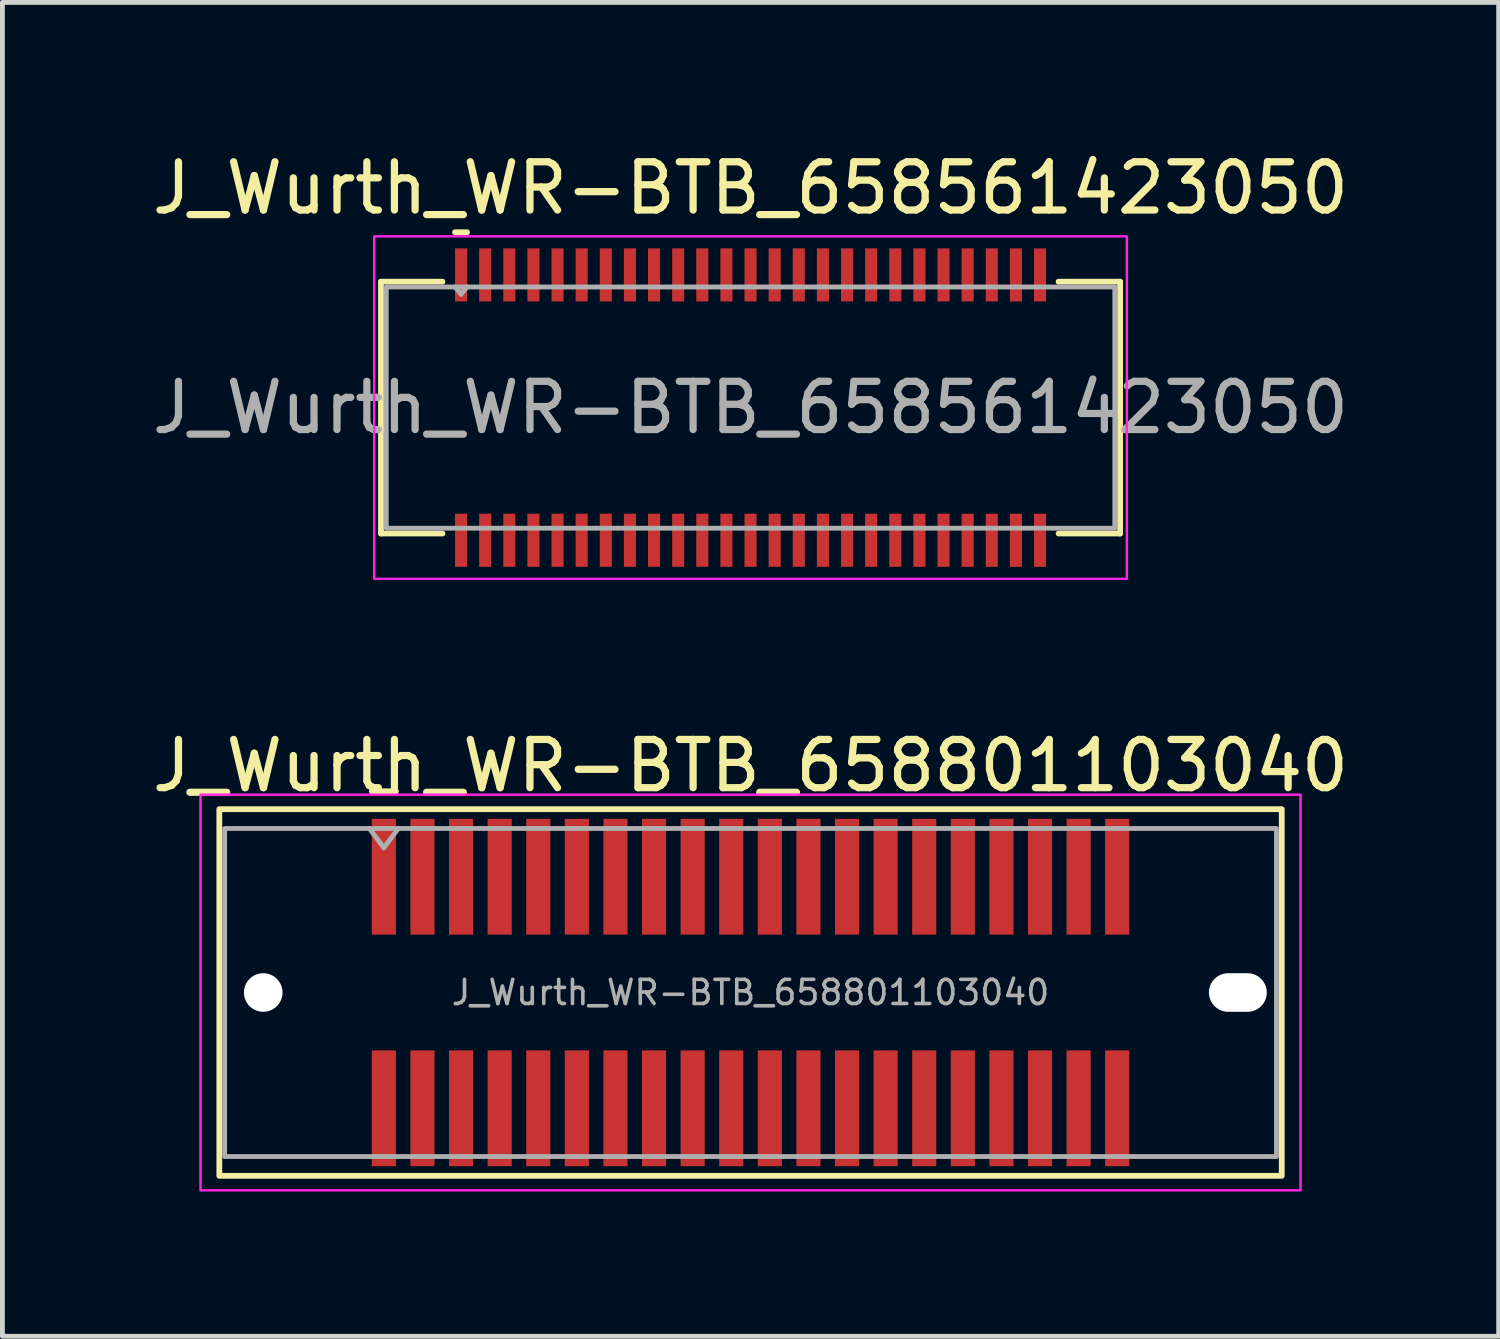
<source format=kicad_pcb>
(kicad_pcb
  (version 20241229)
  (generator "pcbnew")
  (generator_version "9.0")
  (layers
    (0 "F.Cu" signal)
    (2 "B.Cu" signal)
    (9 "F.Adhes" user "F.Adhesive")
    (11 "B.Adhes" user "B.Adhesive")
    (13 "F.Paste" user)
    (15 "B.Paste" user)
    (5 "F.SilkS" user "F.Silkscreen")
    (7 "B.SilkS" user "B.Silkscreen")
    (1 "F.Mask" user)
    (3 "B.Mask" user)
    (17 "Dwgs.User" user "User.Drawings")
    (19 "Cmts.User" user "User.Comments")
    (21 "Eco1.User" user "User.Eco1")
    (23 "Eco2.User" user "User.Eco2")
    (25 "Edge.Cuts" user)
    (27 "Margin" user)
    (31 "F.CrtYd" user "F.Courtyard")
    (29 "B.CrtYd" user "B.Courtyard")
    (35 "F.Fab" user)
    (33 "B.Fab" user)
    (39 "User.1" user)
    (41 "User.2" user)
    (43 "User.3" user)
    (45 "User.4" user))
  (footprint "J_Wurth_WR-BTB_658561423050"
    (layer "F.Cu")
    (at 12.506 5.398)
    (property "Reference" "J_Wurth_WR-BTB_658561423050" (at 0 -4.55 0) (unlocked yes) (layer "F.SilkS") (effects (font (size 1 1) (thickness 0.15))))
    (attr smd)
    (fp_line (start -7.66 -2.61) (end -6.385 -2.61) (stroke (width 0.12) (type default)) (layer "F.SilkS"))
    (fp_line (start -7.66 2.61) (end -7.66 -2.61) (stroke (width 0.12) (type default)) (layer "F.SilkS"))
    (fp_line (start -6.385 2.61) (end -7.66 2.61) (stroke (width 0.12) (type default)) (layer "F.SilkS"))
    (fp_line (start -6.125 -3.635) (end -5.875 -3.635) (stroke (width 0.12) (type solid)) (layer "F.SilkS"))
    (fp_line (start 7.66 -2.61) (end 6.385 -2.61) (stroke (width 0.12) (type default)) (layer "F.SilkS"))
    (fp_line (start 7.66 -2.61) (end 7.66 2.61) (stroke (width 0.12) (type default)) (layer "F.SilkS"))
    (fp_line (start 7.66 2.61) (end 6.385 2.61) (stroke (width 0.12) (type default)) (layer "F.SilkS"))
    (fp_rect (start -7.8 -3.55) (end 7.8 3.55) (stroke (width 0.05) (type solid)) (fill no) (layer "F.CrtYd"))
    (fp_line (start -6.125 -2.5) (end -6 -2.35) (stroke (width 0.1) (type solid)) (layer "F.Fab"))
    (fp_line (start -5.875 -2.5) (end -6 -2.35) (stroke (width 0.1) (type solid)) (layer "F.Fab"))
    (fp_rect (start -7.55 -2.5) (end 7.55 2.5) (stroke (width 0.1) (type solid)) (fill no) (layer "F.Fab"))
    (fp_text user "${REFERENCE}" (at 0 0 0) (unlocked yes) (layer "F.Fab") (effects (font (size 1 1) (thickness 0.15))))
    (pad "1" smd rect (at -6 -2.75) (size 0.25 1.1) (layers "F.Cu" "F.Mask" "F.Paste"))
    (pad "2" smd rect (at -5.5 -2.75) (size 0.25 1.1) (layers "F.Cu" "F.Mask" "F.Paste"))
    (pad "3" smd rect (at -5 -2.75) (size 0.25 1.1) (layers "F.Cu" "F.Mask" "F.Paste"))
    (pad "4" smd rect (at -4.5 -2.75) (size 0.25 1.1) (layers "F.Cu" "F.Mask" "F.Paste"))
    (pad "5" smd rect (at -4 -2.75) (size 0.25 1.1) (layers "F.Cu" "F.Mask" "F.Paste"))
    (pad "6" smd rect (at -3.5 -2.75) (size 0.25 1.1) (layers "F.Cu" "F.Mask" "F.Paste"))
    (pad "7" smd rect (at -3 -2.75) (size 0.25 1.1) (layers "F.Cu" "F.Mask" "F.Paste"))
    (pad "8" smd rect (at -2.5 -2.75) (size 0.25 1.1) (layers "F.Cu" "F.Mask" "F.Paste"))
    (pad "9" smd rect (at -2 -2.75) (size 0.25 1.1) (layers "F.Cu" "F.Mask" "F.Paste"))
    (pad "10" smd rect (at -1.5 -2.75) (size 0.25 1.1) (layers "F.Cu" "F.Mask" "F.Paste"))
    (pad "11" smd rect (at -1 -2.75) (size 0.25 1.1) (layers "F.Cu" "F.Mask" "F.Paste"))
    (pad "12" smd rect (at -0.5 -2.75) (size 0.25 1.1) (layers "F.Cu" "F.Mask" "F.Paste"))
    (pad "13" smd rect (at 0 -2.75) (size 0.25 1.1) (layers "F.Cu" "F.Mask" "F.Paste"))
    (pad "14" smd rect (at 0.5 -2.75) (size 0.25 1.1) (layers "F.Cu" "F.Mask" "F.Paste"))
    (pad "15" smd rect (at 1 -2.75) (size 0.25 1.1) (layers "F.Cu" "F.Mask" "F.Paste"))
    (pad "16" smd rect (at 1.5 -2.75) (size 0.25 1.1) (layers "F.Cu" "F.Mask" "F.Paste"))
    (pad "17" smd rect (at 2 -2.75) (size 0.25 1.1) (layers "F.Cu" "F.Mask" "F.Paste"))
    (pad "18" smd rect (at 2.5 -2.75) (size 0.25 1.1) (layers "F.Cu" "F.Mask" "F.Paste"))
    (pad "19" smd rect (at 3 -2.75) (size 0.25 1.1) (layers "F.Cu" "F.Mask" "F.Paste"))
    (pad "20" smd rect (at 3.5 -2.75) (size 0.25 1.1) (layers "F.Cu" "F.Mask" "F.Paste"))
    (pad "21" smd rect (at 4 -2.75) (size 0.25 1.1) (layers "F.Cu" "F.Mask" "F.Paste"))
    (pad "22" smd rect (at 4.5 -2.75) (size 0.25 1.1) (layers "F.Cu" "F.Mask" "F.Paste"))
    (pad "23" smd rect (at 5 -2.75) (size 0.25 1.1) (layers "F.Cu" "F.Mask" "F.Paste"))
    (pad "24" smd rect (at 5.5 -2.75) (size 0.25 1.1) (layers "F.Cu" "F.Mask" "F.Paste"))
    (pad "25" smd rect (at 6 -2.75) (size 0.25 1.1) (layers "F.Cu" "F.Mask" "F.Paste"))
    (pad "26" smd rect (at -6 2.75) (size 0.25 1.1) (layers "F.Cu" "F.Mask" "F.Paste"))
    (pad "27" smd rect (at -5.5 2.75) (size 0.25 1.1) (layers "F.Cu" "F.Mask" "F.Paste"))
    (pad "28" smd rect (at -5 2.75) (size 0.25 1.1) (layers "F.Cu" "F.Mask" "F.Paste"))
    (pad "29" smd rect (at -4.5 2.75) (size 0.25 1.1) (layers "F.Cu" "F.Mask" "F.Paste"))
    (pad "30" smd rect (at -4 2.75) (size 0.25 1.1) (layers "F.Cu" "F.Mask" "F.Paste"))
    (pad "31" smd rect (at -3.5 2.75) (size 0.25 1.1) (layers "F.Cu" "F.Mask" "F.Paste"))
    (pad "32" smd rect (at -3 2.75) (size 0.25 1.1) (layers "F.Cu" "F.Mask" "F.Paste"))
    (pad "33" smd rect (at -2.5 2.75) (size 0.25 1.1) (layers "F.Cu" "F.Mask" "F.Paste"))
    (pad "34" smd rect (at -2 2.75) (size 0.25 1.1) (layers "F.Cu" "F.Mask" "F.Paste"))
    (pad "35" smd rect (at -1.5 2.75) (size 0.25 1.1) (layers "F.Cu" "F.Mask" "F.Paste"))
    (pad "36" smd rect (at -1 2.75) (size 0.25 1.1) (layers "F.Cu" "F.Mask" "F.Paste"))
    (pad "37" smd rect (at -0.5 2.75) (size 0.25 1.1) (layers "F.Cu" "F.Mask" "F.Paste"))
    (pad "38" smd rect (at 0 2.75) (size 0.25 1.1) (layers "F.Cu" "F.Mask" "F.Paste"))
    (pad "39" smd rect (at 0.5 2.75) (size 0.25 1.1) (layers "F.Cu" "F.Mask" "F.Paste"))
    (pad "40" smd rect (at 1 2.75) (size 0.25 1.1) (layers "F.Cu" "F.Mask" "F.Paste"))
    (pad "41" smd rect (at 1.5 2.75) (size 0.25 1.1) (layers "F.Cu" "F.Mask" "F.Paste"))
    (pad "42" smd rect (at 2 2.75) (size 0.25 1.1) (layers "F.Cu" "F.Mask" "F.Paste"))
    (pad "43" smd rect (at 2.5 2.75) (size 0.25 1.1) (layers "F.Cu" "F.Mask" "F.Paste"))
    (pad "44" smd rect (at 3 2.75) (size 0.25 1.1) (layers "F.Cu" "F.Mask" "F.Paste"))
    (pad "45" smd rect (at 3.5 2.75) (size 0.25 1.1) (layers "F.Cu" "F.Mask" "F.Paste"))
    (pad "46" smd rect (at 4 2.75) (size 0.25 1.1) (layers "F.Cu" "F.Mask" "F.Paste"))
    (pad "47" smd rect (at 4.5 2.75) (size 0.25 1.1) (layers "F.Cu" "F.Mask" "F.Paste"))
    (pad "48" smd rect (at 5 2.75) (size 0.25 1.1) (layers "F.Cu" "F.Mask" "F.Paste"))
    (pad "49" smd rect (at 5.5 2.75) (size 0.25 1.1) (layers "F.Cu" "F.Mask" "F.Paste"))
    (pad "50" smd rect (at 6 2.75) (size 0.25 1.1) (layers "F.Cu" "F.Mask" "F.Paste")))
  (footprint "J_Wurth_WR-BTB_658801103040"
    (layer "F.Cu")
    (at 12.506 17.521)
    (property "Reference" "J_Wurth_WR-BTB_658801103040" (at 0 -4.7 0) (layer "F.SilkS") (effects (font (size 1 1) (thickness 0.15))))
    (attr through_hole)
    (fp_line (start -7.35 -4.17) (end -7.85 -4.17) (stroke (width 0.12) (type solid)) (layer "F.SilkS"))
    (fp_rect (start -11.01 -3.8) (end 11.01 3.8) (stroke (width 0.12) (type solid)) (fill no) (layer "F.SilkS"))
    (fp_rect (start -11.4 -4.1) (end 11.4 4.1) (stroke (width 0.05) (type solid)) (fill no) (layer "F.CrtYd"))
    (fp_line (start -7.9 -3.4) (end -7.6 -3) (stroke (width 0.1) (type default)) (layer "F.Fab"))
    (fp_line (start -7.6 -3) (end -7.3 -3.4) (stroke (width 0.1) (type default)) (layer "F.Fab"))
    (fp_rect (start -10.9 -3.4) (end 10.9 3.4) (stroke (width 0.1) (type solid)) (fill no) (layer "F.Fab"))
    (fp_text user "${REFERENCE}" (at 0 0 0) (unlocked yes) (layer "F.Fab") (effects (font (size 0.5 0.5) (thickness 0.075))))
    (pad "" np_thru_hole circle (at -10.1 0) (size 0.8 0.8) (drill 0.8) (layers "*.Cu" "*.Mask"))
    (pad "" np_thru_hole oval (at 10.1 0) (size 1.2 0.8) (drill oval 1.2 0.8) (layers "*.Cu" "*.Mask"))
    (pad "1" smd rect (at -7.6 -2.4) (size 0.5 2.4) (layers "F.Cu" "F.Mask" "F.Paste"))
    (pad "2" smd rect (at -7.6 2.4) (size 0.5 2.4) (layers "F.Cu" "F.Mask" "F.Paste"))
    (pad "3" smd rect (at -6.8 -2.4) (size 0.5 2.4) (layers "F.Cu" "F.Mask" "F.Paste"))
    (pad "4" smd rect (at -6.8 2.4) (size 0.5 2.4) (layers "F.Cu" "F.Mask" "F.Paste"))
    (pad "5" smd rect (at -6 -2.4) (size 0.5 2.4) (layers "F.Cu" "F.Mask" "F.Paste"))
    (pad "6" smd rect (at -6 2.4) (size 0.5 2.4) (layers "F.Cu" "F.Mask" "F.Paste"))
    (pad "7" smd rect (at -5.2 -2.4) (size 0.5 2.4) (layers "F.Cu" "F.Mask" "F.Paste"))
    (pad "8" smd rect (at -5.2 2.4) (size 0.5 2.4) (layers "F.Cu" "F.Mask" "F.Paste"))
    (pad "9" smd rect (at -4.4 -2.4) (size 0.5 2.4) (layers "F.Cu" "F.Mask" "F.Paste"))
    (pad "10" smd rect (at -4.4 2.4) (size 0.5 2.4) (layers "F.Cu" "F.Mask" "F.Paste"))
    (pad "11" smd rect (at -3.6 -2.4) (size 0.5 2.4) (layers "F.Cu" "F.Mask" "F.Paste"))
    (pad "12" smd rect (at -3.6 2.4) (size 0.5 2.4) (layers "F.Cu" "F.Mask" "F.Paste"))
    (pad "13" smd rect (at -2.8 -2.4) (size 0.5 2.4) (layers "F.Cu" "F.Mask" "F.Paste"))
    (pad "14" smd rect (at -2.8 2.4) (size 0.5 2.4) (layers "F.Cu" "F.Mask" "F.Paste"))
    (pad "15" smd rect (at -2 -2.4) (size 0.5 2.4) (layers "F.Cu" "F.Mask" "F.Paste"))
    (pad "16" smd rect (at -2 2.4) (size 0.5 2.4) (layers "F.Cu" "F.Mask" "F.Paste"))
    (pad "17" smd rect (at -1.2 -2.4) (size 0.5 2.4) (layers "F.Cu" "F.Mask" "F.Paste"))
    (pad "18" smd rect (at -1.2 2.4) (size 0.5 2.4) (layers "F.Cu" "F.Mask" "F.Paste"))
    (pad "19" smd rect (at -0.4 -2.4) (size 0.5 2.4) (layers "F.Cu" "F.Mask" "F.Paste"))
    (pad "20" smd rect (at -0.4 2.4) (size 0.5 2.4) (layers "F.Cu" "F.Mask" "F.Paste"))
    (pad "21" smd rect (at 0.4 -2.4) (size 0.5 2.4) (layers "F.Cu" "F.Mask" "F.Paste"))
    (pad "22" smd rect (at 0.4 2.4) (size 0.5 2.4) (layers "F.Cu" "F.Mask" "F.Paste"))
    (pad "23" smd rect (at 1.2 -2.4) (size 0.5 2.4) (layers "F.Cu" "F.Mask" "F.Paste"))
    (pad "24" smd rect (at 1.2 2.4) (size 0.5 2.4) (layers "F.Cu" "F.Mask" "F.Paste"))
    (pad "25" smd rect (at 2 -2.4) (size 0.5 2.4) (layers "F.Cu" "F.Mask" "F.Paste"))
    (pad "26" smd rect (at 2 2.4) (size 0.5 2.4) (layers "F.Cu" "F.Mask" "F.Paste"))
    (pad "27" smd rect (at 2.8 -2.4) (size 0.5 2.4) (layers "F.Cu" "F.Mask" "F.Paste"))
    (pad "28" smd rect (at 2.8 2.4) (size 0.5 2.4) (layers "F.Cu" "F.Mask" "F.Paste"))
    (pad "29" smd rect (at 3.6 -2.4) (size 0.5 2.4) (layers "F.Cu" "F.Mask" "F.Paste"))
    (pad "30" smd rect (at 3.6 2.4) (size 0.5 2.4) (layers "F.Cu" "F.Mask" "F.Paste"))
    (pad "31" smd rect (at 4.4 -2.4) (size 0.5 2.4) (layers "F.Cu" "F.Mask" "F.Paste"))
    (pad "32" smd rect (at 4.4 2.4) (size 0.5 2.4) (layers "F.Cu" "F.Mask" "F.Paste"))
    (pad "33" smd rect (at 5.2 -2.4) (size 0.5 2.4) (layers "F.Cu" "F.Mask" "F.Paste"))
    (pad "34" smd rect (at 5.2 2.4) (size 0.5 2.4) (layers "F.Cu" "F.Mask" "F.Paste"))
    (pad "35" smd rect (at 6 -2.4) (size 0.5 2.4) (layers "F.Cu" "F.Mask" "F.Paste"))
    (pad "36" smd rect (at 6 2.4) (size 0.5 2.4) (layers "F.Cu" "F.Mask" "F.Paste"))
    (pad "37" smd rect (at 6.8 -2.4) (size 0.5 2.4) (layers "F.Cu" "F.Mask" "F.Paste"))
    (pad "38" smd rect (at 6.8 2.4) (size 0.5 2.4) (layers "F.Cu" "F.Mask" "F.Paste"))
    (pad "39" smd rect (at 7.6 -2.4) (size 0.5 2.4) (layers "F.Cu" "F.Mask" "F.Paste"))
    (pad "40" smd rect (at 7.6 2.4) (size 0.5 2.4) (layers "F.Cu" "F.Mask" "F.Paste")))
  (gr_rect
    (start -3 -3)
    (end 28.012 24.646)
    (stroke (width 0.1) (type default))
    (fill no)
    (layer "Edge.Cuts")))
</source>
